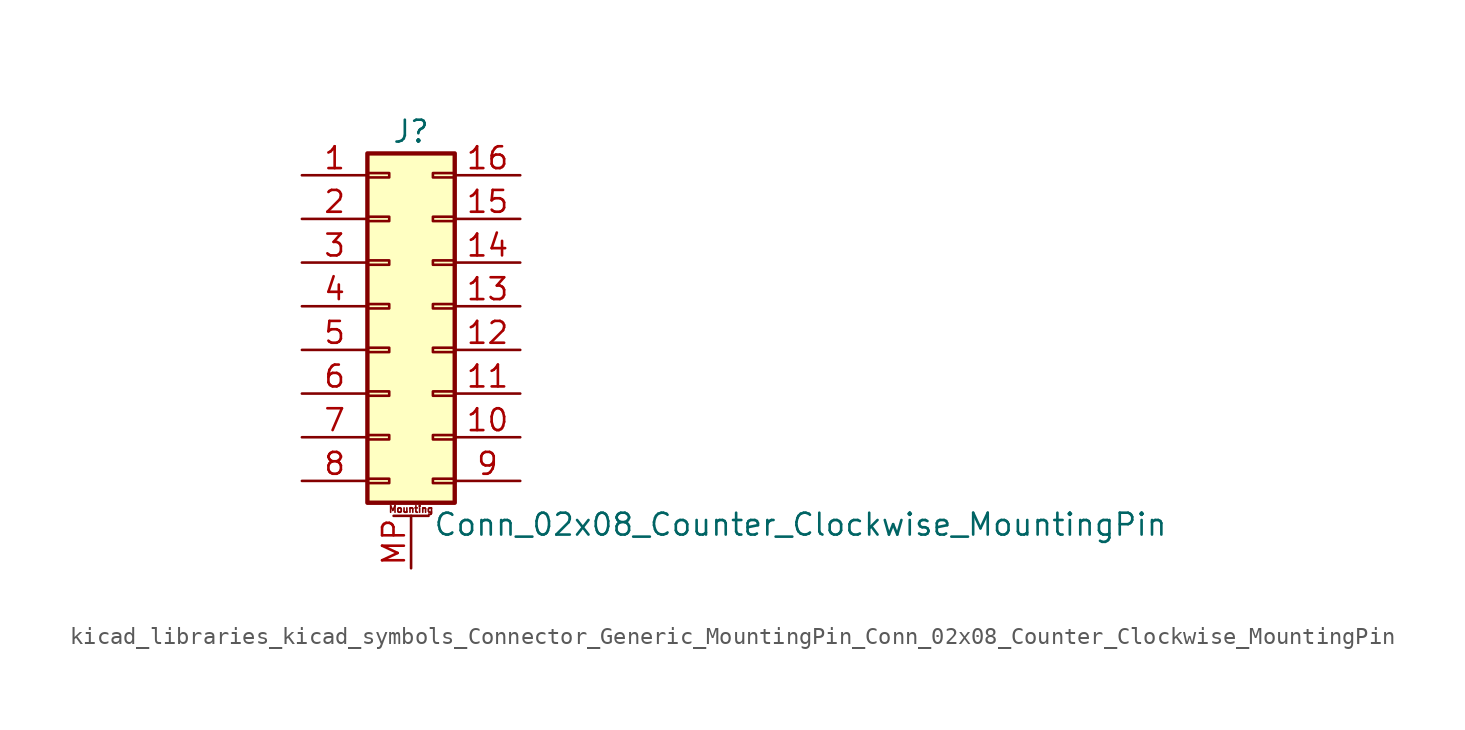
<source format=kicad_sym>
(kicad_symbol_lib
  (version 20220914)
  (generator kicad_symbol_editor)
  (symbol "kicad_libraries_kicad_symbols_Connector_Generic_MountingPin_Conn_02x08_Counter_Clockwise_MountingPin"
    (pin_names
      (offset 1.016) hide)
    (property "Reference" "J"
      (at 1.27 10.16 0)
      (effects (font (size 1.27 1.27))))
    (property "Value" "Conn_02x08_Counter_Clockwise_MountingPin"
      (at 2.54 -12.7 0)
      (effects (font (size 1.27 1.27)) (justify left)))
    (symbol "kicad_libraries_kicad_symbols_Connector_Generic_MountingPin_Conn_02x08_Counter_Clockwise_MountingPin_1_1"
      (rectangle (start -1.27 -10.033) (end 0 -10.287) (stroke (width 0.152) (type default)) (fill (type none)))
      (rectangle (start -1.27 -7.493) (end 0 -7.747) (stroke (width 0.152) (type default)) (fill (type none)))
      (rectangle (start -1.27 -4.953) (end 0 -5.207) (stroke (width 0.152) (type default)) (fill (type none)))
      (rectangle (start -1.27 -2.413) (end 0 -2.667) (stroke (width 0.152) (type default)) (fill (type none)))
      (rectangle (start -1.27 0.127) (end 0 -0.127) (stroke (width 0.152) (type default)) (fill (type none)))
      (rectangle (start -1.27 2.667) (end 0 2.413) (stroke (width 0.152) (type default)) (fill (type none)))
      (rectangle (start -1.27 5.207) (end 0 4.953) (stroke (width 0.152) (type default)) (fill (type none)))
      (rectangle (start -1.27 7.747) (end 0 7.493) (stroke (width 0.152) (type default)) (fill (type none)))
      (rectangle (start -1.27 8.89) (end 3.81 -11.43) (stroke (width 0.254) (type default)) (fill (type background)))
      (polyline (pts (xy 0.254 -12.192) (xy 2.286 -12.192)) (stroke (width 0.152) (type default)) (fill (type none)))
      (rectangle (start 3.81 -10.033) (end 2.54 -10.287) (stroke (width 0.152) (type default)) (fill (type none)))
      (rectangle (start 3.81 -7.493) (end 2.54 -7.747) (stroke (width 0.152) (type default)) (fill (type none)))
      (rectangle (start 3.81 -4.953) (end 2.54 -5.207) (stroke (width 0.152) (type default)) (fill (type none)))
      (rectangle (start 3.81 -2.413) (end 2.54 -2.667) (stroke (width 0.152) (type default)) (fill (type none)))
      (rectangle (start 3.81 0.127) (end 2.54 -0.127) (stroke (width 0.152) (type default)) (fill (type none)))
      (rectangle (start 3.81 2.667) (end 2.54 2.413) (stroke (width 0.152) (type default)) (fill (type none)))
      (rectangle (start 3.81 5.207) (end 2.54 4.953) (stroke (width 0.152) (type default)) (fill (type none)))
      (rectangle (start 3.81 7.747) (end 2.54 7.493) (stroke (width 0.152) (type default)) (fill (type none)))
      (text "Mounting" (at 1.27 -11.811 0) (effects (font (size 0.381 0.381))))
      (pin passive line (at -5.08 7.62 0) (length 3.81) (name "Pin_1" (effects (font (size 1.27 1.27)))) (number "1" (effects (font (size 1.27 1.27)))))
      (pin passive line (at 7.62 -7.62 180) (length 3.81) (name "Pin_10" (effects (font (size 1.27 1.27)))) (number "10" (effects (font (size 1.27 1.27)))))
      (pin passive line (at 7.62 -5.08 180) (length 3.81) (name "Pin_11" (effects (font (size 1.27 1.27)))) (number "11" (effects (font (size 1.27 1.27)))))
      (pin passive line (at 7.62 -2.54 180) (length 3.81) (name "Pin_12" (effects (font (size 1.27 1.27)))) (number "12" (effects (font (size 1.27 1.27)))))
      (pin passive line (at 7.62 0 180) (length 3.81) (name "Pin_13" (effects (font (size 1.27 1.27)))) (number "13" (effects (font (size 1.27 1.27)))))
      (pin passive line (at 7.62 2.54 180) (length 3.81) (name "Pin_14" (effects (font (size 1.27 1.27)))) (number "14" (effects (font (size 1.27 1.27)))))
      (pin passive line (at 7.62 5.08 180) (length 3.81) (name "Pin_15" (effects (font (size 1.27 1.27)))) (number "15" (effects (font (size 1.27 1.27)))))
      (pin passive line (at 7.62 7.62 180) (length 3.81) (name "Pin_16" (effects (font (size 1.27 1.27)))) (number "16" (effects (font (size 1.27 1.27)))))
      (pin passive line (at -5.08 5.08 0) (length 3.81) (name "Pin_2" (effects (font (size 1.27 1.27)))) (number "2" (effects (font (size 1.27 1.27)))))
      (pin passive line (at -5.08 2.54 0) (length 3.81) (name "Pin_3" (effects (font (size 1.27 1.27)))) (number "3" (effects (font (size 1.27 1.27)))))
      (pin passive line (at -5.08 0 0) (length 3.81) (name "Pin_4" (effects (font (size 1.27 1.27)))) (number "4" (effects (font (size 1.27 1.27)))))
      (pin passive line (at -5.08 -2.54 0) (length 3.81) (name "Pin_5" (effects (font (size 1.27 1.27)))) (number "5" (effects (font (size 1.27 1.27)))))
      (pin passive line (at -5.08 -5.08 0) (length 3.81) (name "Pin_6" (effects (font (size 1.27 1.27)))) (number "6" (effects (font (size 1.27 1.27)))))
      (pin passive line (at -5.08 -7.62 0) (length 3.81) (name "Pin_7" (effects (font (size 1.27 1.27)))) (number "7" (effects (font (size 1.27 1.27)))))
      (pin passive line (at -5.08 -10.16 0) (length 3.81) (name "Pin_8" (effects (font (size 1.27 1.27)))) (number "8" (effects (font (size 1.27 1.27)))))
      (pin passive line (at 7.62 -10.16 180) (length 3.81) (name "Pin_9" (effects (font (size 1.27 1.27)))) (number "9" (effects (font (size 1.27 1.27)))))
      (pin passive line (at 1.27 -15.24 90) (length 3.048) (name "MountPin" (effects (font (size 1.27 1.27)))) (number "MP" (effects (font (size 1.27 1.27))))))))
</source>
